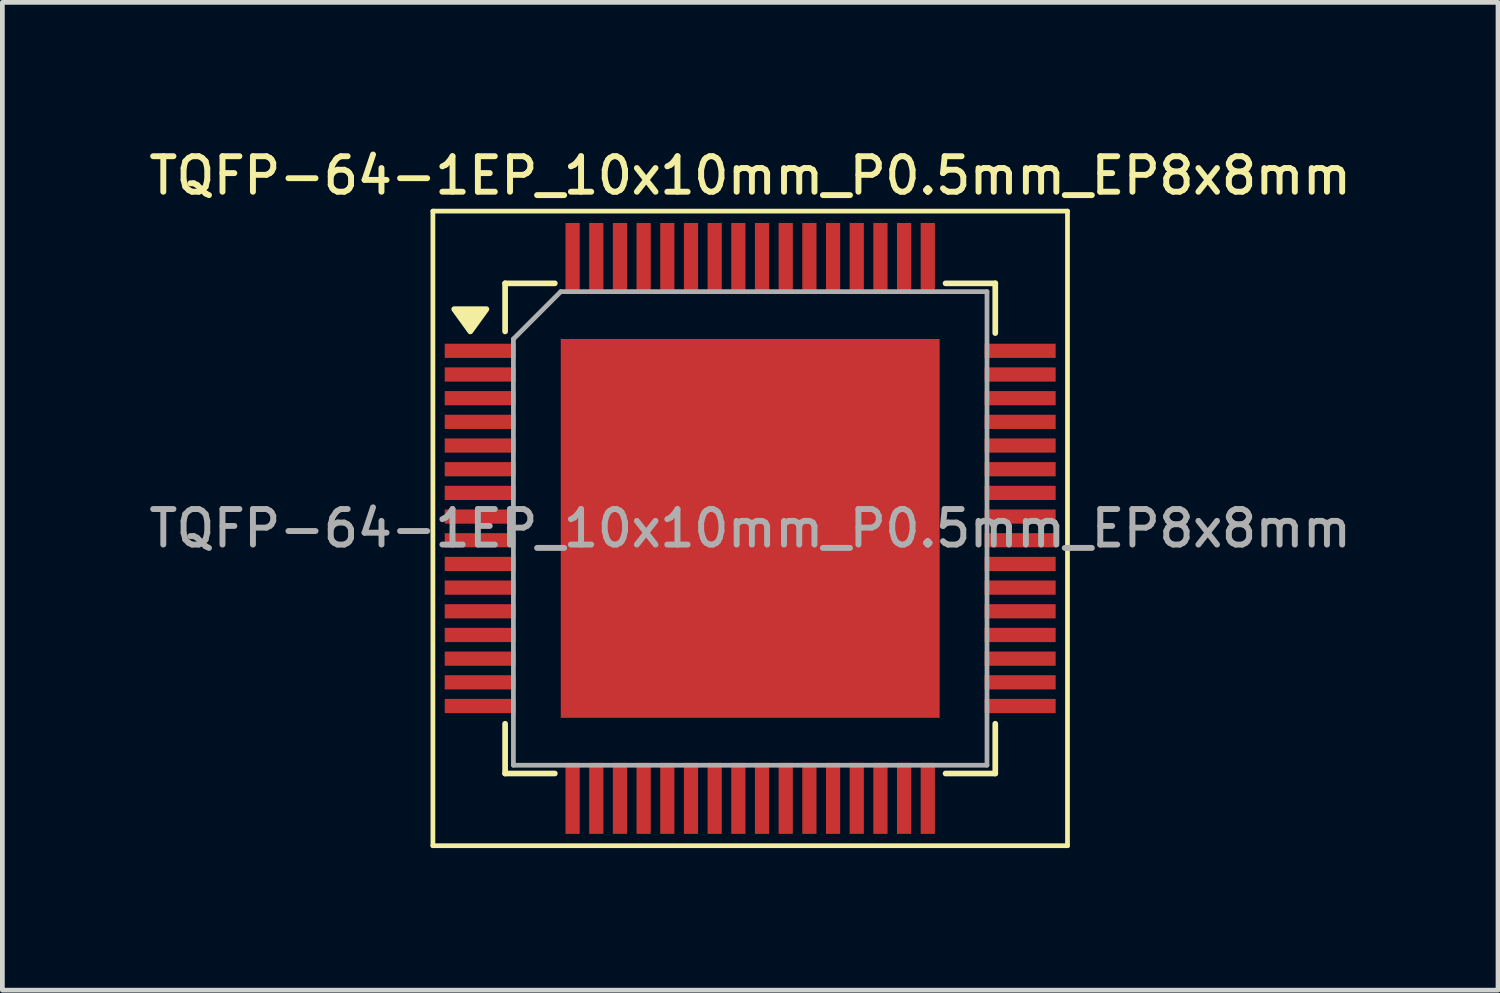
<source format=kicad_pcb>
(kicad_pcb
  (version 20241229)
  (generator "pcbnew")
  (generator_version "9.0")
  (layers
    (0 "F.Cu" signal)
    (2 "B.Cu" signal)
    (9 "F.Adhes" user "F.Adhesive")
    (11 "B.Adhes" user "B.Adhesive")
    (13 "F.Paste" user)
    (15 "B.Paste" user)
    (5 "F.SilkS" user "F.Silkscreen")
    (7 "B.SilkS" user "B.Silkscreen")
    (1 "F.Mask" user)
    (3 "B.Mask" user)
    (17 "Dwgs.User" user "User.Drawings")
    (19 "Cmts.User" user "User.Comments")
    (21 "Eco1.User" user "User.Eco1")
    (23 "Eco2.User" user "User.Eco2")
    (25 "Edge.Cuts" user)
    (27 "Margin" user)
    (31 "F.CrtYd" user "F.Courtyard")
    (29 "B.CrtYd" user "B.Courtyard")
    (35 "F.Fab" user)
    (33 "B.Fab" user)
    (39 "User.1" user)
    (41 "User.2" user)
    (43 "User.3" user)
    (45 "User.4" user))
  (footprint "TQFP-64-1EP_10x10mm_P0.5mm_EP8x8mm"
    (layer "F.Cu")
    (at 12.791 8.108)
    (property "Reference" "TQFP-64-1EP_10x10mm_P0.5mm_EP8x8mm" (at 0 -7.45 0) (layer "F.SilkS") (effects (font (size 0.75 0.75) (thickness 0.125))))
    (attr smd)
    (fp_line (start -6.7 -6.7) (end -6.7 6.7) (stroke (width 0.1) (type solid)) (layer "F.SilkS"))
    (fp_line (start -6.7 -6.7) (end 6.7 -6.7) (stroke (width 0.1) (type solid)) (layer "F.SilkS"))
    (fp_line (start -6.7 6.7) (end 6.7 6.7) (stroke (width 0.1) (type solid)) (layer "F.SilkS"))
    (fp_line (start -5.175 -5.175) (end -5.175 -4.16) (stroke (width 0.12) (type solid)) (layer "F.SilkS"))
    (fp_line (start -5.175 -5.175) (end -4.125 -5.175) (stroke (width 0.12) (type solid)) (layer "F.SilkS"))
    (fp_line (start -5.175 5.175) (end -5.175 4.125) (stroke (width 0.12) (type solid)) (layer "F.SilkS"))
    (fp_line (start -5.175 5.175) (end -4.125 5.175) (stroke (width 0.12) (type solid)) (layer "F.SilkS"))
    (fp_line (start 5.175 -5.175) (end 4.125 -5.175) (stroke (width 0.12) (type solid)) (layer "F.SilkS"))
    (fp_line (start 5.175 -5.175) (end 5.175 -4.125) (stroke (width 0.12) (type solid)) (layer "F.SilkS"))
    (fp_line (start 5.175 5.175) (end 4.125 5.175) (stroke (width 0.12) (type solid)) (layer "F.SilkS"))
    (fp_line (start 5.175 5.175) (end 5.175 4.125) (stroke (width 0.12) (type solid)) (layer "F.SilkS"))
    (fp_line (start 6.7 -6.7) (end 6.7 6.7) (stroke (width 0.1) (type solid)) (layer "F.SilkS"))
    (fp_poly (pts (xy -5.91 -4.16) (xy -6.25 -4.63) (xy -5.57 -4.63) (xy -5.91 -4.16)) (stroke (width 0.12) (type solid)) (fill yes) (layer "F.SilkS"))
    (fp_line (start -5 -4) (end -4 -5) (stroke (width 0.1) (type solid)) (layer "F.Fab"))
    (fp_line (start -5 5) (end -5 -4) (stroke (width 0.1) (type solid)) (layer "F.Fab"))
    (fp_line (start -4 -5) (end 5 -5) (stroke (width 0.1) (type solid)) (layer "F.Fab"))
    (fp_line (start 5 -5) (end 5 5) (stroke (width 0.1) (type solid)) (layer "F.Fab"))
    (fp_line (start 5 5) (end -5 5) (stroke (width 0.1) (type solid)) (layer "F.Fab"))
    (fp_text user "${REFERENCE}" (at 0 0 0) (layer "F.Fab") (effects (font (size 0.75 0.75) (thickness 0.125))))
    (pad "" smd rect (at -3.2 -3.2) (size 1.24 1.24) (layers "F.Paste"))
    (pad "" smd rect (at -3.2 -1.6) (size 1.24 1.24) (layers "F.Paste"))
    (pad "" smd rect (at -3.2 0) (size 1.24 1.24) (layers "F.Paste"))
    (pad "" smd rect (at -3.2 1.6) (size 1.24 1.24) (layers "F.Paste"))
    (pad "" smd rect (at -3.2 3.2) (size 1.24 1.24) (layers "F.Paste"))
    (pad "" smd rect (at -1.6 -3.2) (size 1.24 1.24) (layers "F.Paste"))
    (pad "" smd rect (at -1.6 -1.6) (size 1.24 1.24) (layers "F.Paste"))
    (pad "" smd rect (at -1.6 0) (size 1.24 1.24) (layers "F.Paste"))
    (pad "" smd rect (at -1.6 1.6) (size 1.24 1.24) (layers "F.Paste"))
    (pad "" smd rect (at -1.6 3.2) (size 1.24 1.24) (layers "F.Paste"))
    (pad "" smd rect (at 0 -3.2) (size 1.24 1.24) (layers "F.Paste"))
    (pad "" smd rect (at 0 -1.6) (size 1.24 1.24) (layers "F.Paste"))
    (pad "" smd rect (at 0 0) (size 1.24 1.24) (layers "F.Paste"))
    (pad "" smd rect (at 0 1.6) (size 1.24 1.24) (layers "F.Paste"))
    (pad "" smd rect (at 0 3.2) (size 1.24 1.24) (layers "F.Paste"))
    (pad "" smd rect (at 1.6 -3.2) (size 1.24 1.24) (layers "F.Paste"))
    (pad "" smd rect (at 1.6 -1.6) (size 1.24 1.24) (layers "F.Paste"))
    (pad "" smd rect (at 1.6 0) (size 1.24 1.24) (layers "F.Paste"))
    (pad "" smd rect (at 1.6 1.6) (size 1.24 1.24) (layers "F.Paste"))
    (pad "" smd rect (at 1.6 3.2) (size 1.24 1.24) (layers "F.Paste"))
    (pad "" smd rect (at 3.2 -3.2) (size 1.24 1.24) (layers "F.Paste"))
    (pad "" smd rect (at 3.2 -1.6) (size 1.24 1.24) (layers "F.Paste"))
    (pad "" smd rect (at 3.2 0) (size 1.24 1.24) (layers "F.Paste"))
    (pad "" smd rect (at 3.2 1.6) (size 1.24 1.24) (layers "F.Paste"))
    (pad "" smd rect (at 3.2 3.2) (size 1.24 1.24) (layers "F.Paste"))
    (pad "1" smd rect (at -5.7 -3.75) (size 1.5 0.3) (layers "F.Cu" "F.Mask" "F.Paste"))
    (pad "2" smd rect (at -5.7 -3.25) (size 1.5 0.3) (layers "F.Cu" "F.Mask" "F.Paste"))
    (pad "3" smd rect (at -5.7 -2.75) (size 1.5 0.3) (layers "F.Cu" "F.Mask" "F.Paste"))
    (pad "4" smd rect (at -5.7 -2.25) (size 1.5 0.3) (layers "F.Cu" "F.Mask" "F.Paste"))
    (pad "5" smd rect (at -5.7 -1.75) (size 1.5 0.3) (layers "F.Cu" "F.Mask" "F.Paste"))
    (pad "6" smd rect (at -5.7 -1.25) (size 1.5 0.3) (layers "F.Cu" "F.Mask" "F.Paste"))
    (pad "7" smd rect (at -5.7 -0.75) (size 1.5 0.3) (layers "F.Cu" "F.Mask" "F.Paste"))
    (pad "8" smd rect (at -5.7 -0.25) (size 1.5 0.3) (layers "F.Cu" "F.Mask" "F.Paste"))
    (pad "9" smd rect (at -5.7 0.25) (size 1.5 0.3) (layers "F.Cu" "F.Mask" "F.Paste"))
    (pad "10" smd rect (at -5.7 0.75) (size 1.5 0.3) (layers "F.Cu" "F.Mask" "F.Paste"))
    (pad "11" smd rect (at -5.7 1.25) (size 1.5 0.3) (layers "F.Cu" "F.Mask" "F.Paste"))
    (pad "12" smd rect (at -5.7 1.75) (size 1.5 0.3) (layers "F.Cu" "F.Mask" "F.Paste"))
    (pad "13" smd rect (at -5.7 2.25) (size 1.5 0.3) (layers "F.Cu" "F.Mask" "F.Paste"))
    (pad "14" smd rect (at -5.7 2.75) (size 1.5 0.3) (layers "F.Cu" "F.Mask" "F.Paste"))
    (pad "15" smd rect (at -5.7 3.25) (size 1.5 0.3) (layers "F.Cu" "F.Mask" "F.Paste"))
    (pad "16" smd rect (at -5.7 3.75) (size 1.5 0.3) (layers "F.Cu" "F.Mask" "F.Paste"))
    (pad "17" smd rect (at -3.75 5.7 90) (size 1.5 0.3) (layers "F.Cu" "F.Mask" "F.Paste"))
    (pad "18" smd rect (at -3.25 5.7 90) (size 1.5 0.3) (layers "F.Cu" "F.Mask" "F.Paste"))
    (pad "19" smd rect (at -2.75 5.7 90) (size 1.5 0.3) (layers "F.Cu" "F.Mask" "F.Paste"))
    (pad "20" smd rect (at -2.25 5.7 90) (size 1.5 0.3) (layers "F.Cu" "F.Mask" "F.Paste"))
    (pad "21" smd rect (at -1.75 5.7 90) (size 1.5 0.3) (layers "F.Cu" "F.Mask" "F.Paste"))
    (pad "22" smd rect (at -1.25 5.7 90) (size 1.5 0.3) (layers "F.Cu" "F.Mask" "F.Paste"))
    (pad "23" smd rect (at -0.75 5.7 90) (size 1.5 0.3) (layers "F.Cu" "F.Mask" "F.Paste"))
    (pad "24" smd rect (at -0.25 5.7 90) (size 1.5 0.3) (layers "F.Cu" "F.Mask" "F.Paste"))
    (pad "25" smd rect (at 0.25 5.7 90) (size 1.5 0.3) (layers "F.Cu" "F.Mask" "F.Paste"))
    (pad "26" smd rect (at 0.75 5.7 90) (size 1.5 0.3) (layers "F.Cu" "F.Mask" "F.Paste"))
    (pad "27" smd rect (at 1.25 5.7 90) (size 1.5 0.3) (layers "F.Cu" "F.Mask" "F.Paste"))
    (pad "28" smd rect (at 1.75 5.7 90) (size 1.5 0.3) (layers "F.Cu" "F.Mask" "F.Paste"))
    (pad "29" smd rect (at 2.25 5.7 90) (size 1.5 0.3) (layers "F.Cu" "F.Mask" "F.Paste"))
    (pad "30" smd rect (at 2.75 5.7 90) (size 1.5 0.3) (layers "F.Cu" "F.Mask" "F.Paste"))
    (pad "31" smd rect (at 3.25 5.7 90) (size 1.5 0.3) (layers "F.Cu" "F.Mask" "F.Paste"))
    (pad "32" smd rect (at 3.75 5.7 90) (size 1.5 0.3) (layers "F.Cu" "F.Mask" "F.Paste"))
    (pad "33" smd rect (at 5.7 3.75) (size 1.5 0.3) (layers "F.Cu" "F.Mask" "F.Paste"))
    (pad "34" smd rect (at 5.7 3.25) (size 1.5 0.3) (layers "F.Cu" "F.Mask" "F.Paste"))
    (pad "35" smd rect (at 5.7 2.75) (size 1.5 0.3) (layers "F.Cu" "F.Mask" "F.Paste"))
    (pad "36" smd rect (at 5.7 2.25) (size 1.5 0.3) (layers "F.Cu" "F.Mask" "F.Paste"))
    (pad "37" smd rect (at 5.7 1.75) (size 1.5 0.3) (layers "F.Cu" "F.Mask" "F.Paste"))
    (pad "38" smd rect (at 5.7 1.25) (size 1.5 0.3) (layers "F.Cu" "F.Mask" "F.Paste"))
    (pad "39" smd rect (at 5.7 0.75) (size 1.5 0.3) (layers "F.Cu" "F.Mask" "F.Paste"))
    (pad "40" smd rect (at 5.7 0.25) (size 1.5 0.3) (layers "F.Cu" "F.Mask" "F.Paste"))
    (pad "41" smd rect (at 5.7 -0.25) (size 1.5 0.3) (layers "F.Cu" "F.Mask" "F.Paste"))
    (pad "42" smd rect (at 5.7 -0.75) (size 1.5 0.3) (layers "F.Cu" "F.Mask" "F.Paste"))
    (pad "43" smd rect (at 5.7 -1.25) (size 1.5 0.3) (layers "F.Cu" "F.Mask" "F.Paste"))
    (pad "44" smd rect (at 5.7 -1.75) (size 1.5 0.3) (layers "F.Cu" "F.Mask" "F.Paste"))
    (pad "45" smd rect (at 5.7 -2.25) (size 1.5 0.3) (layers "F.Cu" "F.Mask" "F.Paste"))
    (pad "46" smd rect (at 5.7 -2.75) (size 1.5 0.3) (layers "F.Cu" "F.Mask" "F.Paste"))
    (pad "47" smd rect (at 5.7 -3.25) (size 1.5 0.3) (layers "F.Cu" "F.Mask" "F.Paste"))
    (pad "48" smd rect (at 5.7 -3.75) (size 1.5 0.3) (layers "F.Cu" "F.Mask" "F.Paste"))
    (pad "49" smd rect (at 3.75 -5.7 90) (size 1.5 0.3) (layers "F.Cu" "F.Mask" "F.Paste"))
    (pad "50" smd rect (at 3.25 -5.7 90) (size 1.5 0.3) (layers "F.Cu" "F.Mask" "F.Paste"))
    (pad "51" smd rect (at 2.75 -5.7 90) (size 1.5 0.3) (layers "F.Cu" "F.Mask" "F.Paste"))
    (pad "52" smd rect (at 2.25 -5.7 90) (size 1.5 0.3) (layers "F.Cu" "F.Mask" "F.Paste"))
    (pad "53" smd rect (at 1.75 -5.7 90) (size 1.5 0.3) (layers "F.Cu" "F.Mask" "F.Paste"))
    (pad "54" smd rect (at 1.25 -5.7 90) (size 1.5 0.3) (layers "F.Cu" "F.Mask" "F.Paste"))
    (pad "55" smd rect (at 0.75 -5.7 90) (size 1.5 0.3) (layers "F.Cu" "F.Mask" "F.Paste"))
    (pad "56" smd rect (at 0.25 -5.7 90) (size 1.5 0.3) (layers "F.Cu" "F.Mask" "F.Paste"))
    (pad "57" smd rect (at -0.25 -5.7 90) (size 1.5 0.3) (layers "F.Cu" "F.Mask" "F.Paste"))
    (pad "58" smd rect (at -0.75 -5.7 90) (size 1.5 0.3) (layers "F.Cu" "F.Mask" "F.Paste"))
    (pad "59" smd rect (at -1.25 -5.7 90) (size 1.5 0.3) (layers "F.Cu" "F.Mask" "F.Paste"))
    (pad "60" smd rect (at -1.75 -5.7 90) (size 1.5 0.3) (layers "F.Cu" "F.Mask" "F.Paste"))
    (pad "61" smd rect (at -2.25 -5.7 90) (size 1.5 0.3) (layers "F.Cu" "F.Mask" "F.Paste"))
    (pad "62" smd rect (at -2.75 -5.7 90) (size 1.5 0.3) (layers "F.Cu" "F.Mask" "F.Paste"))
    (pad "63" smd rect (at -3.25 -5.7 90) (size 1.5 0.3) (layers "F.Cu" "F.Mask" "F.Paste"))
    (pad "64" smd rect (at -3.75 -5.7 90) (size 1.5 0.3) (layers "F.Cu" "F.Mask" "F.Paste"))
    (pad "65" smd rect (at 0 0) (size 8 8) (layers "F.Cu" "F.Mask")))
  (gr_rect
    (start -3 -3)
    (end 28.582 17.858)
    (stroke (width 0.1) (type default))
    (fill no)
    (layer "Edge.Cuts")))
</source>
